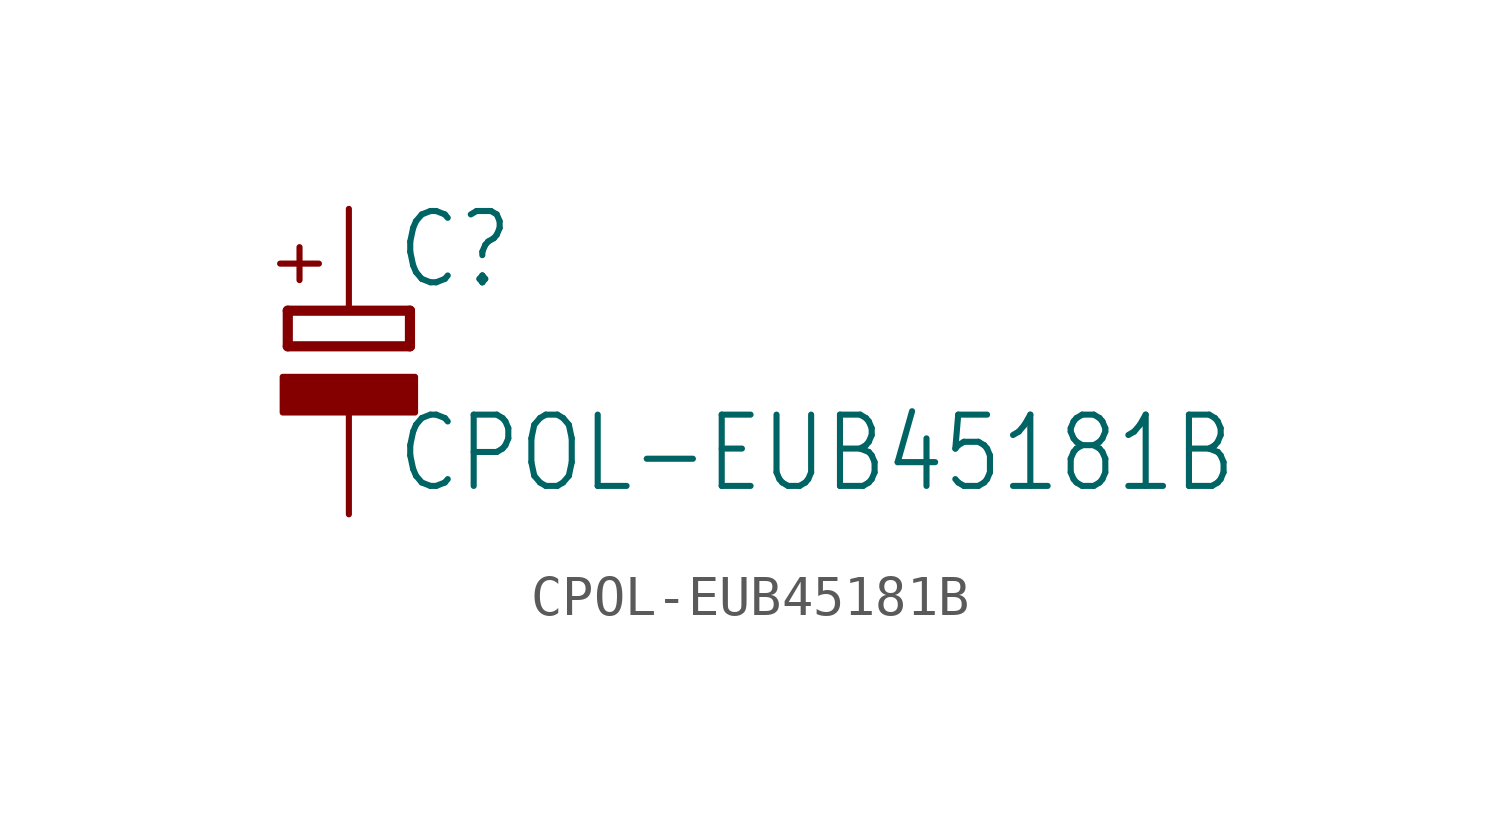
<source format=kicad_sym>
(kicad_symbol_lib
  (version 20220331)
  (generator kicad_symbol_editor)
  (symbol "CPOL-EUB45181B"
    (property "Reference" "C"
      (at 1.143 0.483 0)
      (effects (font (size 1.778 1.511)) (justify left bottom)))
    (property "Value" "CPOL-EUB45181B"
      (at 1.143 -4.597 0)
      (effects (font (size 1.778 1.511)) (justify left bottom)))
    (property "ki_locked" ""
      (at 0 0 0)
      (effects (font (size 1.27 1.27))))
    (symbol "CPOL-EUB45181B_1_0"
      (rectangle (start -1.651 -2.54) (end 1.651 -1.651) (stroke (width 0) (type default)) (fill (type outline)))
      (polyline (pts (xy -1.524 -0.889) (xy 1.524 -0.889)) (stroke (width 0.254) (type solid)) (fill (type none)))
      (polyline (pts (xy -1.524 0) (xy -1.524 -0.889)) (stroke (width 0.254) (type solid)) (fill (type none)))
      (polyline (pts (xy -1.524 0) (xy 1.524 0)) (stroke (width 0.254) (type solid)) (fill (type none)))
      (polyline (pts (xy 1.524 -0.889) (xy 1.524 0)) (stroke (width 0.254) (type solid)) (fill (type none)))
      (text "+" (at -0.584 0.406 900) (effects (font (size 1.27 1.079)) (justify left bottom)))
      (pin passive line (at 0 2.54 270) (length 2.54) (name "+" (effects (font (size 0 0)))) (number "+" (effects (font (size 0 0)))))
      (pin passive line (at 0 -5.08 90) (length 2.54) (name "-" (effects (font (size 0 0)))) (number "-" (effects (font (size 0 0))))))))
</source>
